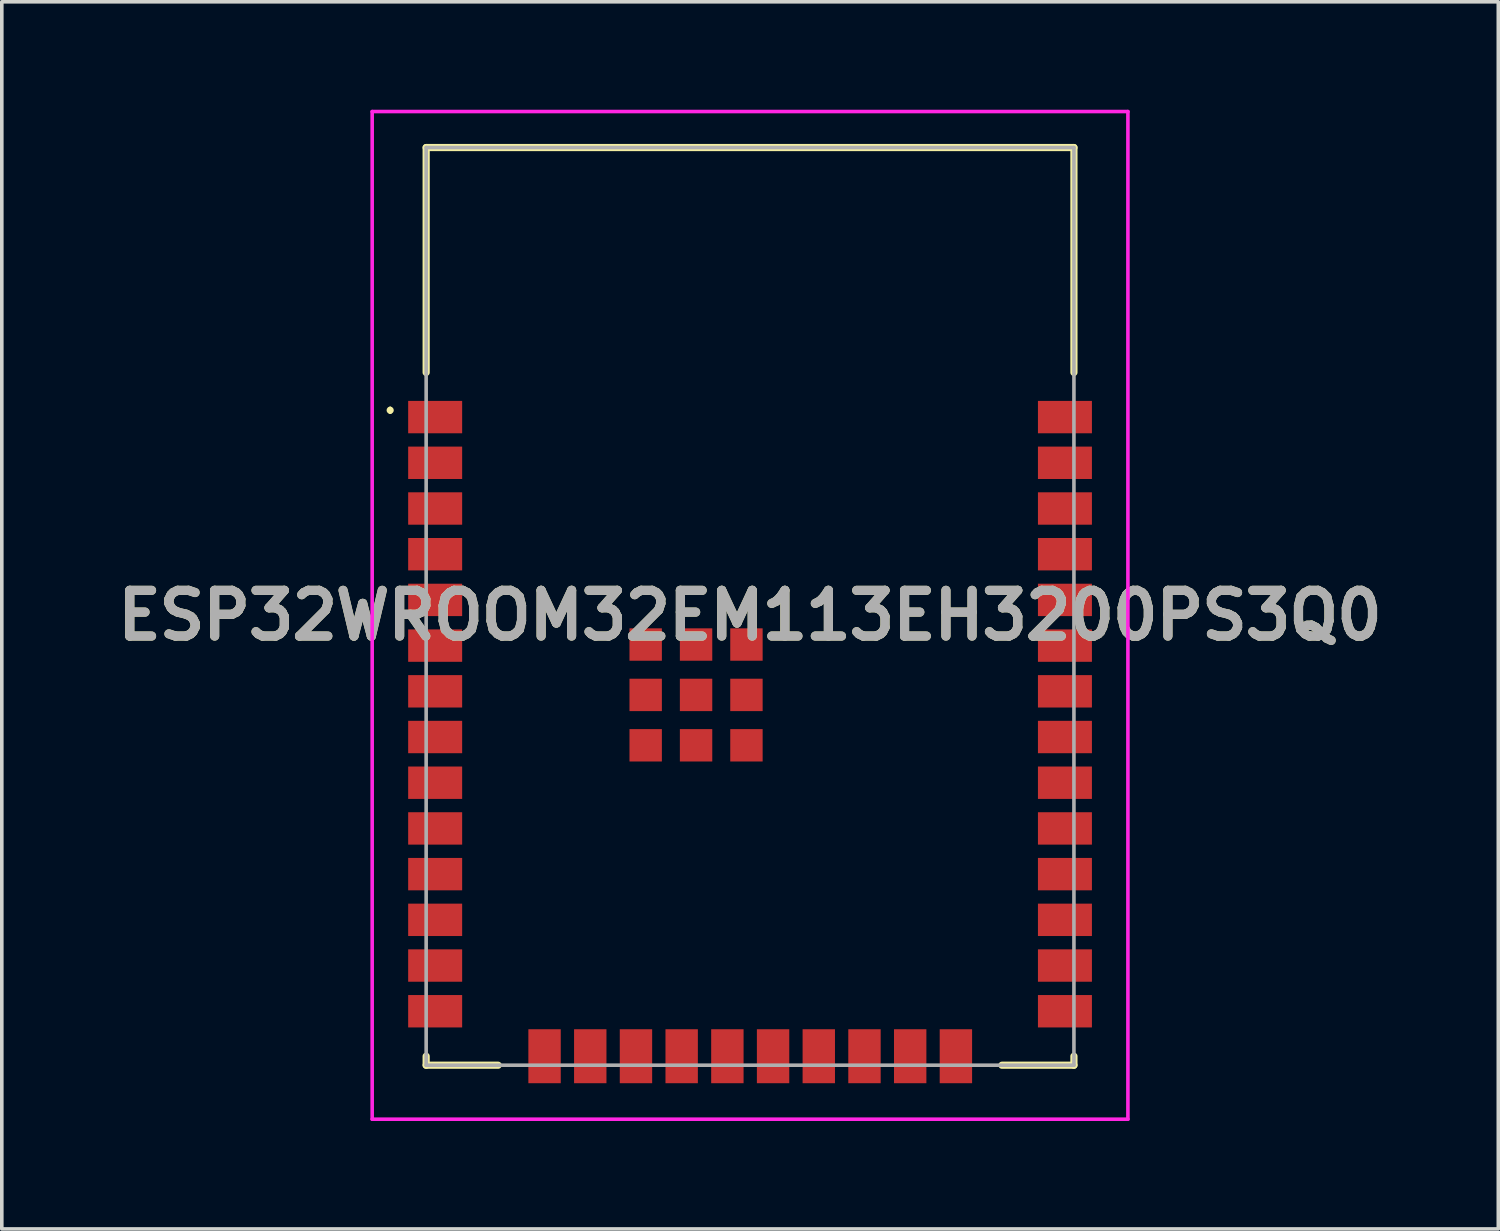
<source format=kicad_pcb>
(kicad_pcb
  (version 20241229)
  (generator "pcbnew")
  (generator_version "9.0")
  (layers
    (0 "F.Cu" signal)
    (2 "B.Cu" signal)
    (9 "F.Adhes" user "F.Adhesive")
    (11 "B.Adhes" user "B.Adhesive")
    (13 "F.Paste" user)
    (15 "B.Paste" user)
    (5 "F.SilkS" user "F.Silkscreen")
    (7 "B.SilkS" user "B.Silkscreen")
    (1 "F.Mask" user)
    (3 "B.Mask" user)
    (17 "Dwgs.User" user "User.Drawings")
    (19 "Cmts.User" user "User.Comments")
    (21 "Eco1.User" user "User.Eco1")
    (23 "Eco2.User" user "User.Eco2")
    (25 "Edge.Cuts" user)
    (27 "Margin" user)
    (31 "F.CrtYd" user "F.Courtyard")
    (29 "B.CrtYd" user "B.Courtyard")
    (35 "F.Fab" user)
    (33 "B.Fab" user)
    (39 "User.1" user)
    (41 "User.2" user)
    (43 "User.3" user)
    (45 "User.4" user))
  (footprint "ESP32WROOM32EM113EH3200PS3Q0"
    (layer "F.Cu")
    (at 17.792 13.8)
    (property "Reference" "ESP32WROOM32EM113EH3200PS3Q0" (at 0 0.25 0) (layer "F.SilkS") (effects (font (size 1.27 1.27) (thickness 0.254))))
    (attr smd)
    (fp_line (start -10 -5.5) (end -10 -5.5) (stroke (width 0.1) (type solid)) (layer "F.SilkS"))
    (fp_line (start -10 -5.4) (end -10 -5.4) (stroke (width 0.1) (type solid)) (layer "F.SilkS"))
    (fp_line (start -9 -12.75) (end 9 -12.75) (stroke (width 0.2) (type solid)) (layer "F.SilkS"))
    (fp_line (start -9 -6.5) (end -9 -12.75) (stroke (width 0.2) (type solid)) (layer "F.SilkS"))
    (fp_line (start -9 12.5) (end -9 12.75) (stroke (width 0.2) (type solid)) (layer "F.SilkS"))
    (fp_line (start -9 12.75) (end -7 12.75) (stroke (width 0.2) (type solid)) (layer "F.SilkS"))
    (fp_line (start 7 12.75) (end 9 12.75) (stroke (width 0.2) (type solid)) (layer "F.SilkS"))
    (fp_line (start 9 -12.75) (end 9 -6.5) (stroke (width 0.2) (type solid)) (layer "F.SilkS"))
    (fp_line (start 9 12.75) (end 9 12.5) (stroke (width 0.2) (type solid)) (layer "F.SilkS"))
    (fp_arc (start -10 -5.5) (mid -9.95 -5.45) (end -10 -5.4) (stroke (width 0.1) (type solid)) (layer "F.SilkS"))
    (fp_arc (start -10 -5.4) (mid -10.05 -5.45) (end -10 -5.5) (stroke (width 0.1) (type solid)) (layer "F.SilkS"))
    (fp_line (start -10.5 -13.75) (end 10.5 -13.75) (stroke (width 0.1) (type solid)) (layer "F.CrtYd"))
    (fp_line (start -10.5 14.25) (end -10.5 -13.75) (stroke (width 0.1) (type solid)) (layer "F.CrtYd"))
    (fp_line (start 10.5 -13.75) (end 10.5 14.25) (stroke (width 0.1) (type solid)) (layer "F.CrtYd"))
    (fp_line (start 10.5 14.25) (end -10.5 14.25) (stroke (width 0.1) (type solid)) (layer "F.CrtYd"))
    (fp_line (start -9 -12.75) (end 9 -12.75) (stroke (width 0.1) (type solid)) (layer "F.Fab"))
    (fp_line (start -9 12.75) (end -9 -12.75) (stroke (width 0.1) (type solid)) (layer "F.Fab"))
    (fp_line (start 9 -12.75) (end 9 12.75) (stroke (width 0.1) (type solid)) (layer "F.Fab"))
    (fp_line (start 9 12.75) (end -9 12.75) (stroke (width 0.1) (type solid)) (layer "F.Fab"))
    (fp_text user "${REFERENCE}" (at 0 0.25 0) (layer "F.Fab") (effects (font (size 1.27 1.27) (thickness 0.254))))
    (pad "1" smd rect (at -8.75 -5.26 90) (size 0.9 1.5) (layers "F.Cu" "F.Mask" "F.Paste"))
    (pad "2" smd rect (at -8.75 -3.99 90) (size 0.9 1.5) (layers "F.Cu" "F.Mask" "F.Paste"))
    (pad "3" smd rect (at -8.75 -2.72 90) (size 0.9 1.5) (layers "F.Cu" "F.Mask" "F.Paste"))
    (pad "4" smd rect (at -8.75 -1.45 90) (size 0.9 1.5) (layers "F.Cu" "F.Mask" "F.Paste"))
    (pad "5" smd rect (at -8.75 -0.18 90) (size 0.9 1.5) (layers "F.Cu" "F.Mask" "F.Paste"))
    (pad "6" smd rect (at -8.75 1.09 90) (size 0.9 1.5) (layers "F.Cu" "F.Mask" "F.Paste"))
    (pad "7" smd rect (at -8.75 2.36 90) (size 0.9 1.5) (layers "F.Cu" "F.Mask" "F.Paste"))
    (pad "8" smd rect (at -8.75 3.63 90) (size 0.9 1.5) (layers "F.Cu" "F.Mask" "F.Paste"))
    (pad "9" smd rect (at -8.75 4.9 90) (size 0.9 1.5) (layers "F.Cu" "F.Mask" "F.Paste"))
    (pad "10" smd rect (at -8.75 6.17 90) (size 0.9 1.5) (layers "F.Cu" "F.Mask" "F.Paste"))
    (pad "11" smd rect (at -8.75 7.44 90) (size 0.9 1.5) (layers "F.Cu" "F.Mask" "F.Paste"))
    (pad "12" smd rect (at -8.75 8.71 90) (size 0.9 1.5) (layers "F.Cu" "F.Mask" "F.Paste"))
    (pad "13" smd rect (at -8.75 9.98 90) (size 0.9 1.5) (layers "F.Cu" "F.Mask" "F.Paste"))
    (pad "14" smd rect (at -8.75 11.25 90) (size 0.9 1.5) (layers "F.Cu" "F.Mask" "F.Paste"))
    (pad "15" smd rect (at -5.71 12.5) (size 0.9 1.5) (layers "F.Cu" "F.Mask" "F.Paste"))
    (pad "16" smd rect (at -4.44 12.5) (size 0.9 1.5) (layers "F.Cu" "F.Mask" "F.Paste"))
    (pad "17" smd rect (at -3.17 12.5) (size 0.9 1.5) (layers "F.Cu" "F.Mask" "F.Paste"))
    (pad "18" smd rect (at -1.9 12.5) (size 0.9 1.5) (layers "F.Cu" "F.Mask" "F.Paste"))
    (pad "19" smd rect (at -0.63 12.5) (size 0.9 1.5) (layers "F.Cu" "F.Mask" "F.Paste"))
    (pad "20" smd rect (at 0.64 12.5) (size 0.9 1.5) (layers "F.Cu" "F.Mask" "F.Paste"))
    (pad "21" smd rect (at 1.91 12.5) (size 0.9 1.5) (layers "F.Cu" "F.Mask" "F.Paste"))
    (pad "22" smd rect (at 3.18 12.5) (size 0.9 1.5) (layers "F.Cu" "F.Mask" "F.Paste"))
    (pad "23" smd rect (at 4.45 12.5) (size 0.9 1.5) (layers "F.Cu" "F.Mask" "F.Paste"))
    (pad "24" smd rect (at 5.72 12.5) (size 0.9 1.5) (layers "F.Cu" "F.Mask" "F.Paste"))
    (pad "25" smd rect (at 8.75 11.25 90) (size 0.9 1.5) (layers "F.Cu" "F.Mask" "F.Paste"))
    (pad "26" smd rect (at 8.75 9.98 90) (size 0.9 1.5) (layers "F.Cu" "F.Mask" "F.Paste"))
    (pad "27" smd rect (at 8.75 8.71 90) (size 0.9 1.5) (layers "F.Cu" "F.Mask" "F.Paste"))
    (pad "28" smd rect (at 8.75 7.44 90) (size 0.9 1.5) (layers "F.Cu" "F.Mask" "F.Paste"))
    (pad "29" smd rect (at 8.75 6.17 90) (size 0.9 1.5) (layers "F.Cu" "F.Mask" "F.Paste"))
    (pad "30" smd rect (at 8.75 4.9 90) (size 0.9 1.5) (layers "F.Cu" "F.Mask" "F.Paste"))
    (pad "31" smd rect (at 8.75 3.63 90) (size 0.9 1.5) (layers "F.Cu" "F.Mask" "F.Paste"))
    (pad "32" smd rect (at 8.75 2.36 90) (size 0.9 1.5) (layers "F.Cu" "F.Mask" "F.Paste"))
    (pad "33" smd rect (at 8.75 1.09 90) (size 0.9 1.5) (layers "F.Cu" "F.Mask" "F.Paste"))
    (pad "34" smd rect (at 8.75 -0.18 90) (size 0.9 1.5) (layers "F.Cu" "F.Mask" "F.Paste"))
    (pad "35" smd rect (at 8.75 -1.45 90) (size 0.9 1.5) (layers "F.Cu" "F.Mask" "F.Paste"))
    (pad "36" smd rect (at 8.75 -2.72 90) (size 0.9 1.5) (layers "F.Cu" "F.Mask" "F.Paste"))
    (pad "37" smd rect (at 8.75 -3.99 90) (size 0.9 1.5) (layers "F.Cu" "F.Mask" "F.Paste"))
    (pad "38" smd rect (at 8.75 -5.26 90) (size 0.9 1.5) (layers "F.Cu" "F.Mask" "F.Paste"))
    (pad "39" smd rect (at -1.5 2.46) (size 0.9 0.9) (layers "F.Cu" "F.Mask" "F.Paste"))
    (pad "40" smd rect (at -1.5 3.86) (size 0.9 0.9) (layers "F.Cu" "F.Mask" "F.Paste"))
    (pad "41" smd rect (at -0.1 3.86) (size 0.9 0.9) (layers "F.Cu" "F.Mask" "F.Paste"))
    (pad "42" smd rect (at -0.1 2.46) (size 0.9 0.9) (layers "F.Cu" "F.Mask" "F.Paste"))
    (pad "43" smd rect (at -0.1 1.06) (size 0.9 0.9) (layers "F.Cu" "F.Mask" "F.Paste"))
    (pad "44" smd rect (at -1.5 1.06) (size 0.9 0.9) (layers "F.Cu" "F.Mask" "F.Paste"))
    (pad "45" smd rect (at -2.9 1.06) (size 0.9 0.9) (layers "F.Cu" "F.Mask" "F.Paste"))
    (pad "46" smd rect (at -2.9 2.46) (size 0.9 0.9) (layers "F.Cu" "F.Mask" "F.Paste"))
    (pad "47" smd rect (at -2.9 3.86) (size 0.9 0.9) (layers "F.Cu" "F.Mask" "F.Paste")))
  (gr_rect
    (start -3 -3)
    (end 38.584 31.1)
    (stroke (width 0.1) (type default))
    (fill no)
    (layer "Edge.Cuts")))
</source>
